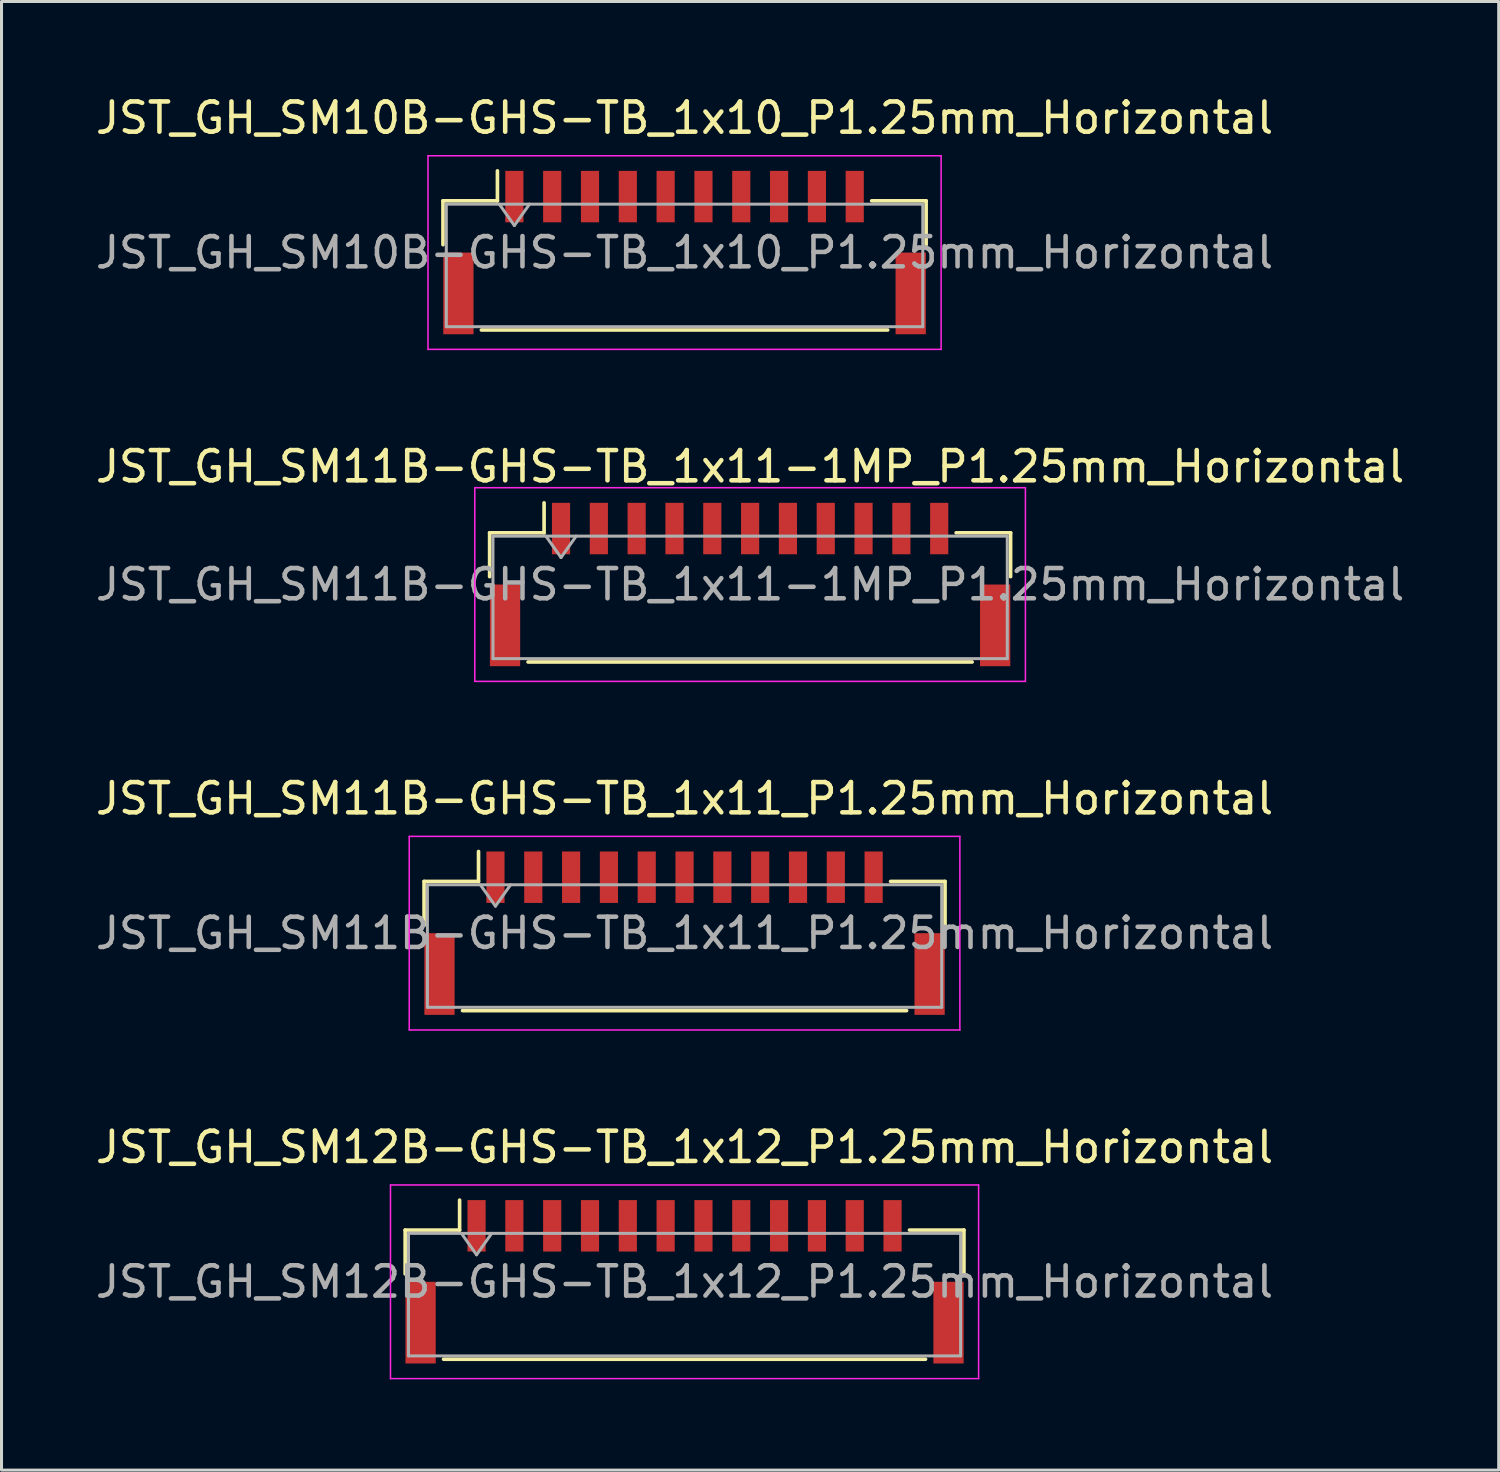
<source format=kicad_pcb>
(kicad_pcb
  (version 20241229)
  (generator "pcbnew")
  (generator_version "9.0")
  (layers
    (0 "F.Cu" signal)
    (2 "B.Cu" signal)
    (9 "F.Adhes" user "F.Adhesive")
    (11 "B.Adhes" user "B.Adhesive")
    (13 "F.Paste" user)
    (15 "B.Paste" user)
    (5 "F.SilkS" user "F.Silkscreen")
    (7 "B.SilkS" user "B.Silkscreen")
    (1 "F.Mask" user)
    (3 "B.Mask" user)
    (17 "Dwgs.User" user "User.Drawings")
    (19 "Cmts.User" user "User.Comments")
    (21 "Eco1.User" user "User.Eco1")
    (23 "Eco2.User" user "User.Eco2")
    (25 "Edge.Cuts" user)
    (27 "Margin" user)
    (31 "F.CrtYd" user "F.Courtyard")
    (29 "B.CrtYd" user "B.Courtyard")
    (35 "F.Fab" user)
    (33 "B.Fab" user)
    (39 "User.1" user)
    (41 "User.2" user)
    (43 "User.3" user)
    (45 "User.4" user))
  (footprint "JST_GH_SM11B-GHS-TB_1x11_P1.25mm_Horizontal"
    (layer "F.Cu")
    (at 19.577 27.795)
    (property "Reference" "JST_GH_SM11B-GHS-TB_1x11_P1.25mm_Horizontal" (at 0 -4.45 0) (layer "F.SilkS") (effects (font (size 1 1) (thickness 0.15))))
    (attr smd)
    (fp_line (start -8.61 -1.71) (end -6.81 -1.71) (stroke (width 0.12) (type solid)) (layer "F.SilkS"))
    (fp_line (start -8.61 -0.26) (end -8.61 -1.71) (stroke (width 0.12) (type solid)) (layer "F.SilkS"))
    (fp_line (start -7.34 2.56) (end 7.34 2.56) (stroke (width 0.12) (type solid)) (layer "F.SilkS"))
    (fp_line (start -6.81 -1.71) (end -6.81 -2.7) (stroke (width 0.12) (type solid)) (layer "F.SilkS"))
    (fp_line (start 8.61 -1.71) (end 6.81 -1.71) (stroke (width 0.12) (type solid)) (layer "F.SilkS"))
    (fp_line (start 8.61 -0.26) (end 8.61 -1.71) (stroke (width 0.12) (type solid)) (layer "F.SilkS"))
    (fp_line (start -9.1 -3.2) (end -9.1 3.2) (stroke (width 0.05) (type solid)) (layer "F.CrtYd"))
    (fp_line (start -9.1 3.2) (end 9.1 3.2) (stroke (width 0.05) (type solid)) (layer "F.CrtYd"))
    (fp_line (start 9.1 -3.2) (end -9.1 -3.2) (stroke (width 0.05) (type solid)) (layer "F.CrtYd"))
    (fp_line (start 9.1 3.2) (end 9.1 -3.2) (stroke (width 0.05) (type solid)) (layer "F.CrtYd"))
    (fp_line (start -8.5 -1.6) (end -8.5 2.45) (stroke (width 0.1) (type solid)) (layer "F.Fab"))
    (fp_line (start -8.5 -1.6) (end 8.5 -1.6) (stroke (width 0.1) (type solid)) (layer "F.Fab"))
    (fp_line (start -8.5 2.45) (end 8.5 2.45) (stroke (width 0.1) (type solid)) (layer "F.Fab"))
    (fp_line (start -6.75 -1.6) (end -6.25 -0.893) (stroke (width 0.1) (type solid)) (layer "F.Fab"))
    (fp_line (start -6.25 -0.893) (end -5.75 -1.6) (stroke (width 0.1) (type solid)) (layer "F.Fab"))
    (fp_line (start 8.5 -1.6) (end 8.5 2.45) (stroke (width 0.1) (type solid)) (layer "F.Fab"))
    (fp_text user "${REFERENCE}" (at 0 0 0) (layer "F.Fab") (effects (font (size 1 1) (thickness 0.15))))
    (pad "" smd rect (at -8.1 1.35) (size 1 2.7) (layers "F.Cu" "F.Mask" "F.Paste"))
    (pad "" smd rect (at 8.1 1.35) (size 1 2.7) (layers "F.Cu" "F.Mask" "F.Paste"))
    (pad "1" smd rect (at -6.25 -1.85) (size 0.6 1.7) (layers "F.Cu" "F.Mask" "F.Paste"))
    (pad "2" smd rect (at -5 -1.85) (size 0.6 1.7) (layers "F.Cu" "F.Mask" "F.Paste"))
    (pad "3" smd rect (at -3.75 -1.85) (size 0.6 1.7) (layers "F.Cu" "F.Mask" "F.Paste"))
    (pad "4" smd rect (at -2.5 -1.85) (size 0.6 1.7) (layers "F.Cu" "F.Mask" "F.Paste"))
    (pad "5" smd rect (at -1.25 -1.85) (size 0.6 1.7) (layers "F.Cu" "F.Mask" "F.Paste"))
    (pad "6" smd rect (at 0 -1.85) (size 0.6 1.7) (layers "F.Cu" "F.Mask" "F.Paste"))
    (pad "7" smd rect (at 1.25 -1.85) (size 0.6 1.7) (layers "F.Cu" "F.Mask" "F.Paste"))
    (pad "8" smd rect (at 2.5 -1.85) (size 0.6 1.7) (layers "F.Cu" "F.Mask" "F.Paste"))
    (pad "9" smd rect (at 3.75 -1.85) (size 0.6 1.7) (layers "F.Cu" "F.Mask" "F.Paste"))
    (pad "10" smd rect (at 5 -1.85) (size 0.6 1.7) (layers "F.Cu" "F.Mask" "F.Paste"))
    (pad "11" smd rect (at 6.25 -1.85) (size 0.6 1.7) (layers "F.Cu" "F.Mask" "F.Paste")))
  (footprint "JST_GH_SM12B-GHS-TB_1x12_P1.25mm_Horizontal"
    (layer "F.Cu")
    (at 19.577 39.318)
    (property "Reference" "JST_GH_SM12B-GHS-TB_1x12_P1.25mm_Horizontal" (at 0 -4.45 0) (layer "F.SilkS") (effects (font (size 1 1) (thickness 0.15))))
    (attr smd)
    (fp_line (start -9.235 -1.71) (end -7.435 -1.71) (stroke (width 0.12) (type solid)) (layer "F.SilkS"))
    (fp_line (start -9.235 -0.26) (end -9.235 -1.71) (stroke (width 0.12) (type solid)) (layer "F.SilkS"))
    (fp_line (start -7.965 2.56) (end 7.965 2.56) (stroke (width 0.12) (type solid)) (layer "F.SilkS"))
    (fp_line (start -7.435 -1.71) (end -7.435 -2.7) (stroke (width 0.12) (type solid)) (layer "F.SilkS"))
    (fp_line (start 9.235 -1.71) (end 7.435 -1.71) (stroke (width 0.12) (type solid)) (layer "F.SilkS"))
    (fp_line (start 9.235 -0.26) (end 9.235 -1.71) (stroke (width 0.12) (type solid)) (layer "F.SilkS"))
    (fp_line (start -9.72 -3.2) (end -9.72 3.2) (stroke (width 0.05) (type solid)) (layer "F.CrtYd"))
    (fp_line (start -9.72 3.2) (end 9.72 3.2) (stroke (width 0.05) (type solid)) (layer "F.CrtYd"))
    (fp_line (start 9.72 -3.2) (end -9.72 -3.2) (stroke (width 0.05) (type solid)) (layer "F.CrtYd"))
    (fp_line (start 9.72 3.2) (end 9.72 -3.2) (stroke (width 0.05) (type solid)) (layer "F.CrtYd"))
    (fp_line (start -9.125 -1.6) (end -9.125 2.45) (stroke (width 0.1) (type solid)) (layer "F.Fab"))
    (fp_line (start -9.125 -1.6) (end 9.125 -1.6) (stroke (width 0.1) (type solid)) (layer "F.Fab"))
    (fp_line (start -9.125 2.45) (end 9.125 2.45) (stroke (width 0.1) (type solid)) (layer "F.Fab"))
    (fp_line (start -7.375 -1.6) (end -6.875 -0.893) (stroke (width 0.1) (type solid)) (layer "F.Fab"))
    (fp_line (start -6.875 -0.893) (end -6.375 -1.6) (stroke (width 0.1) (type solid)) (layer "F.Fab"))
    (fp_line (start 9.125 -1.6) (end 9.125 2.45) (stroke (width 0.1) (type solid)) (layer "F.Fab"))
    (fp_text user "${REFERENCE}" (at 0 0 0) (layer "F.Fab") (effects (font (size 1 1) (thickness 0.15))))
    (pad "" smd rect (at -8.725 1.35) (size 1 2.7) (layers "F.Cu" "F.Mask" "F.Paste"))
    (pad "" smd rect (at 8.725 1.35) (size 1 2.7) (layers "F.Cu" "F.Mask" "F.Paste"))
    (pad "1" smd rect (at -6.875 -1.85) (size 0.6 1.7) (layers "F.Cu" "F.Mask" "F.Paste"))
    (pad "2" smd rect (at -5.625 -1.85) (size 0.6 1.7) (layers "F.Cu" "F.Mask" "F.Paste"))
    (pad "3" smd rect (at -4.375 -1.85) (size 0.6 1.7) (layers "F.Cu" "F.Mask" "F.Paste"))
    (pad "4" smd rect (at -3.125 -1.85) (size 0.6 1.7) (layers "F.Cu" "F.Mask" "F.Paste"))
    (pad "5" smd rect (at -1.875 -1.85) (size 0.6 1.7) (layers "F.Cu" "F.Mask" "F.Paste"))
    (pad "6" smd rect (at -0.625 -1.85) (size 0.6 1.7) (layers "F.Cu" "F.Mask" "F.Paste"))
    (pad "7" smd rect (at 0.625 -1.85) (size 0.6 1.7) (layers "F.Cu" "F.Mask" "F.Paste"))
    (pad "8" smd rect (at 1.875 -1.85) (size 0.6 1.7) (layers "F.Cu" "F.Mask" "F.Paste"))
    (pad "9" smd rect (at 3.125 -1.85) (size 0.6 1.7) (layers "F.Cu" "F.Mask" "F.Paste"))
    (pad "10" smd rect (at 4.375 -1.85) (size 0.6 1.7) (layers "F.Cu" "F.Mask" "F.Paste"))
    (pad "11" smd rect (at 5.625 -1.85) (size 0.6 1.7) (layers "F.Cu" "F.Mask" "F.Paste"))
    (pad "12" smd rect (at 6.875 -1.85) (size 0.6 1.7) (layers "F.Cu" "F.Mask" "F.Paste")))
  (footprint "JST_GH_SM10B-GHS-TB_1x10_P1.25mm_Horizontal"
    (layer "F.Cu")
    (at 19.577 5.298)
    (property "Reference" "JST_GH_SM10B-GHS-TB_1x10_P1.25mm_Horizontal" (at 0 -4.45 0) (layer "F.SilkS") (effects (font (size 1 1) (thickness 0.15))))
    (attr smd)
    (fp_line (start -7.985 -1.71) (end -6.185 -1.71) (stroke (width 0.12) (type solid)) (layer "F.SilkS"))
    (fp_line (start -7.985 -0.26) (end -7.985 -1.71) (stroke (width 0.12) (type solid)) (layer "F.SilkS"))
    (fp_line (start -6.715 2.56) (end 6.715 2.56) (stroke (width 0.12) (type solid)) (layer "F.SilkS"))
    (fp_line (start -6.185 -1.71) (end -6.185 -2.7) (stroke (width 0.12) (type solid)) (layer "F.SilkS"))
    (fp_line (start 7.985 -1.71) (end 6.185 -1.71) (stroke (width 0.12) (type solid)) (layer "F.SilkS"))
    (fp_line (start 7.985 -0.26) (end 7.985 -1.71) (stroke (width 0.12) (type solid)) (layer "F.SilkS"))
    (fp_line (start -8.48 -3.2) (end -8.48 3.2) (stroke (width 0.05) (type solid)) (layer "F.CrtYd"))
    (fp_line (start -8.48 3.2) (end 8.48 3.2) (stroke (width 0.05) (type solid)) (layer "F.CrtYd"))
    (fp_line (start 8.48 -3.2) (end -8.48 -3.2) (stroke (width 0.05) (type solid)) (layer "F.CrtYd"))
    (fp_line (start 8.48 3.2) (end 8.48 -3.2) (stroke (width 0.05) (type solid)) (layer "F.CrtYd"))
    (fp_line (start -7.875 -1.6) (end -7.875 2.45) (stroke (width 0.1) (type solid)) (layer "F.Fab"))
    (fp_line (start -7.875 -1.6) (end 7.875 -1.6) (stroke (width 0.1) (type solid)) (layer "F.Fab"))
    (fp_line (start -7.875 2.45) (end 7.875 2.45) (stroke (width 0.1) (type solid)) (layer "F.Fab"))
    (fp_line (start -6.125 -1.6) (end -5.625 -0.893) (stroke (width 0.1) (type solid)) (layer "F.Fab"))
    (fp_line (start -5.625 -0.893) (end -5.125 -1.6) (stroke (width 0.1) (type solid)) (layer "F.Fab"))
    (fp_line (start 7.875 -1.6) (end 7.875 2.45) (stroke (width 0.1) (type solid)) (layer "F.Fab"))
    (fp_text user "${REFERENCE}" (at 0 0 0) (layer "F.Fab") (effects (font (size 1 1) (thickness 0.15))))
    (pad "" smd rect (at -7.475 1.35) (size 1 2.7) (layers "F.Cu" "F.Mask" "F.Paste"))
    (pad "" smd rect (at 7.475 1.35) (size 1 2.7) (layers "F.Cu" "F.Mask" "F.Paste"))
    (pad "1" smd rect (at -5.625 -1.85) (size 0.6 1.7) (layers "F.Cu" "F.Mask" "F.Paste"))
    (pad "2" smd rect (at -4.375 -1.85) (size 0.6 1.7) (layers "F.Cu" "F.Mask" "F.Paste"))
    (pad "3" smd rect (at -3.125 -1.85) (size 0.6 1.7) (layers "F.Cu" "F.Mask" "F.Paste"))
    (pad "4" smd rect (at -1.875 -1.85) (size 0.6 1.7) (layers "F.Cu" "F.Mask" "F.Paste"))
    (pad "5" smd rect (at -0.625 -1.85) (size 0.6 1.7) (layers "F.Cu" "F.Mask" "F.Paste"))
    (pad "6" smd rect (at 0.625 -1.85) (size 0.6 1.7) (layers "F.Cu" "F.Mask" "F.Paste"))
    (pad "7" smd rect (at 1.875 -1.85) (size 0.6 1.7) (layers "F.Cu" "F.Mask" "F.Paste"))
    (pad "8" smd rect (at 3.125 -1.85) (size 0.6 1.7) (layers "F.Cu" "F.Mask" "F.Paste"))
    (pad "9" smd rect (at 4.375 -1.85) (size 0.6 1.7) (layers "F.Cu" "F.Mask" "F.Paste"))
    (pad "10" smd rect (at 5.625 -1.85) (size 0.6 1.7) (layers "F.Cu" "F.Mask" "F.Paste")))
  (footprint "JST_GH_SM11B-GHS-TB_1x11-1MP_P1.25mm_Horizontal"
    (layer "F.Cu")
    (at 21.744 16.271)
    (property "Reference" "JST_GH_SM11B-GHS-TB_1x11-1MP_P1.25mm_Horizontal" (at 0 -3.9 0) (layer "F.SilkS") (effects (font (size 1 1) (thickness 0.15))))
    (attr smd)
    (fp_line (start -8.61 -1.71) (end -6.81 -1.71) (stroke (width 0.12) (type solid)) (layer "F.SilkS"))
    (fp_line (start -8.61 -0.26) (end -8.61 -1.71) (stroke (width 0.12) (type solid)) (layer "F.SilkS"))
    (fp_line (start -7.34 2.56) (end 7.34 2.56) (stroke (width 0.12) (type solid)) (layer "F.SilkS"))
    (fp_line (start -6.81 -1.71) (end -6.81 -2.7) (stroke (width 0.12) (type solid)) (layer "F.SilkS"))
    (fp_line (start 8.61 -1.71) (end 6.81 -1.71) (stroke (width 0.12) (type solid)) (layer "F.SilkS"))
    (fp_line (start 8.61 -0.26) (end 8.61 -1.71) (stroke (width 0.12) (type solid)) (layer "F.SilkS"))
    (fp_line (start -9.1 -3.2) (end -9.1 3.2) (stroke (width 0.05) (type solid)) (layer "F.CrtYd"))
    (fp_line (start -9.1 3.2) (end 9.1 3.2) (stroke (width 0.05) (type solid)) (layer "F.CrtYd"))
    (fp_line (start 9.1 -3.2) (end -9.1 -3.2) (stroke (width 0.05) (type solid)) (layer "F.CrtYd"))
    (fp_line (start 9.1 3.2) (end 9.1 -3.2) (stroke (width 0.05) (type solid)) (layer "F.CrtYd"))
    (fp_line (start -8.5 -1.6) (end -8.5 2.45) (stroke (width 0.1) (type solid)) (layer "F.Fab"))
    (fp_line (start -8.5 -1.6) (end 8.5 -1.6) (stroke (width 0.1) (type solid)) (layer "F.Fab"))
    (fp_line (start -8.5 2.45) (end 8.5 2.45) (stroke (width 0.1) (type solid)) (layer "F.Fab"))
    (fp_line (start -6.75 -1.6) (end -6.25 -0.893) (stroke (width 0.1) (type solid)) (layer "F.Fab"))
    (fp_line (start -6.25 -0.893) (end -5.75 -1.6) (stroke (width 0.1) (type solid)) (layer "F.Fab"))
    (fp_line (start 8.5 -1.6) (end 8.5 2.45) (stroke (width 0.1) (type solid)) (layer "F.Fab"))
    (fp_text user "${REFERENCE}" (at 0 0 0) (layer "F.Fab") (effects (font (size 1 1) (thickness 0.15))))
    (pad "1" smd rect (at -6.25 -1.85) (size 0.6 1.7) (layers "F.Cu" "F.Mask" "F.Paste"))
    (pad "2" smd rect (at -5 -1.85) (size 0.6 1.7) (layers "F.Cu" "F.Mask" "F.Paste"))
    (pad "3" smd rect (at -3.75 -1.85) (size 0.6 1.7) (layers "F.Cu" "F.Mask" "F.Paste"))
    (pad "4" smd rect (at -2.5 -1.85) (size 0.6 1.7) (layers "F.Cu" "F.Mask" "F.Paste"))
    (pad "5" smd rect (at -1.25 -1.85) (size 0.6 1.7) (layers "F.Cu" "F.Mask" "F.Paste"))
    (pad "6" smd rect (at 0 -1.85) (size 0.6 1.7) (layers "F.Cu" "F.Mask" "F.Paste"))
    (pad "7" smd rect (at 1.25 -1.85) (size 0.6 1.7) (layers "F.Cu" "F.Mask" "F.Paste"))
    (pad "8" smd rect (at 2.5 -1.85) (size 0.6 1.7) (layers "F.Cu" "F.Mask" "F.Paste"))
    (pad "9" smd rect (at 3.75 -1.85) (size 0.6 1.7) (layers "F.Cu" "F.Mask" "F.Paste"))
    (pad "10" smd rect (at 5 -1.85) (size 0.6 1.7) (layers "F.Cu" "F.Mask" "F.Paste"))
    (pad "11" smd rect (at 6.25 -1.85) (size 0.6 1.7) (layers "F.Cu" "F.Mask" "F.Paste"))
    (pad "MP" smd rect (at -8.1 1.35) (size 1 2.7) (layers "F.Cu" "F.Mask" "F.Paste"))
    (pad "MP" smd rect (at 8.1 1.35) (size 1 2.7) (layers "F.Cu" "F.Mask" "F.Paste")))
  (gr_rect
    (start -3 -3)
    (end 46.488 45.543)
    (stroke (width 0.1) (type default))
    (fill no)
    (layer "Edge.Cuts")))
</source>
